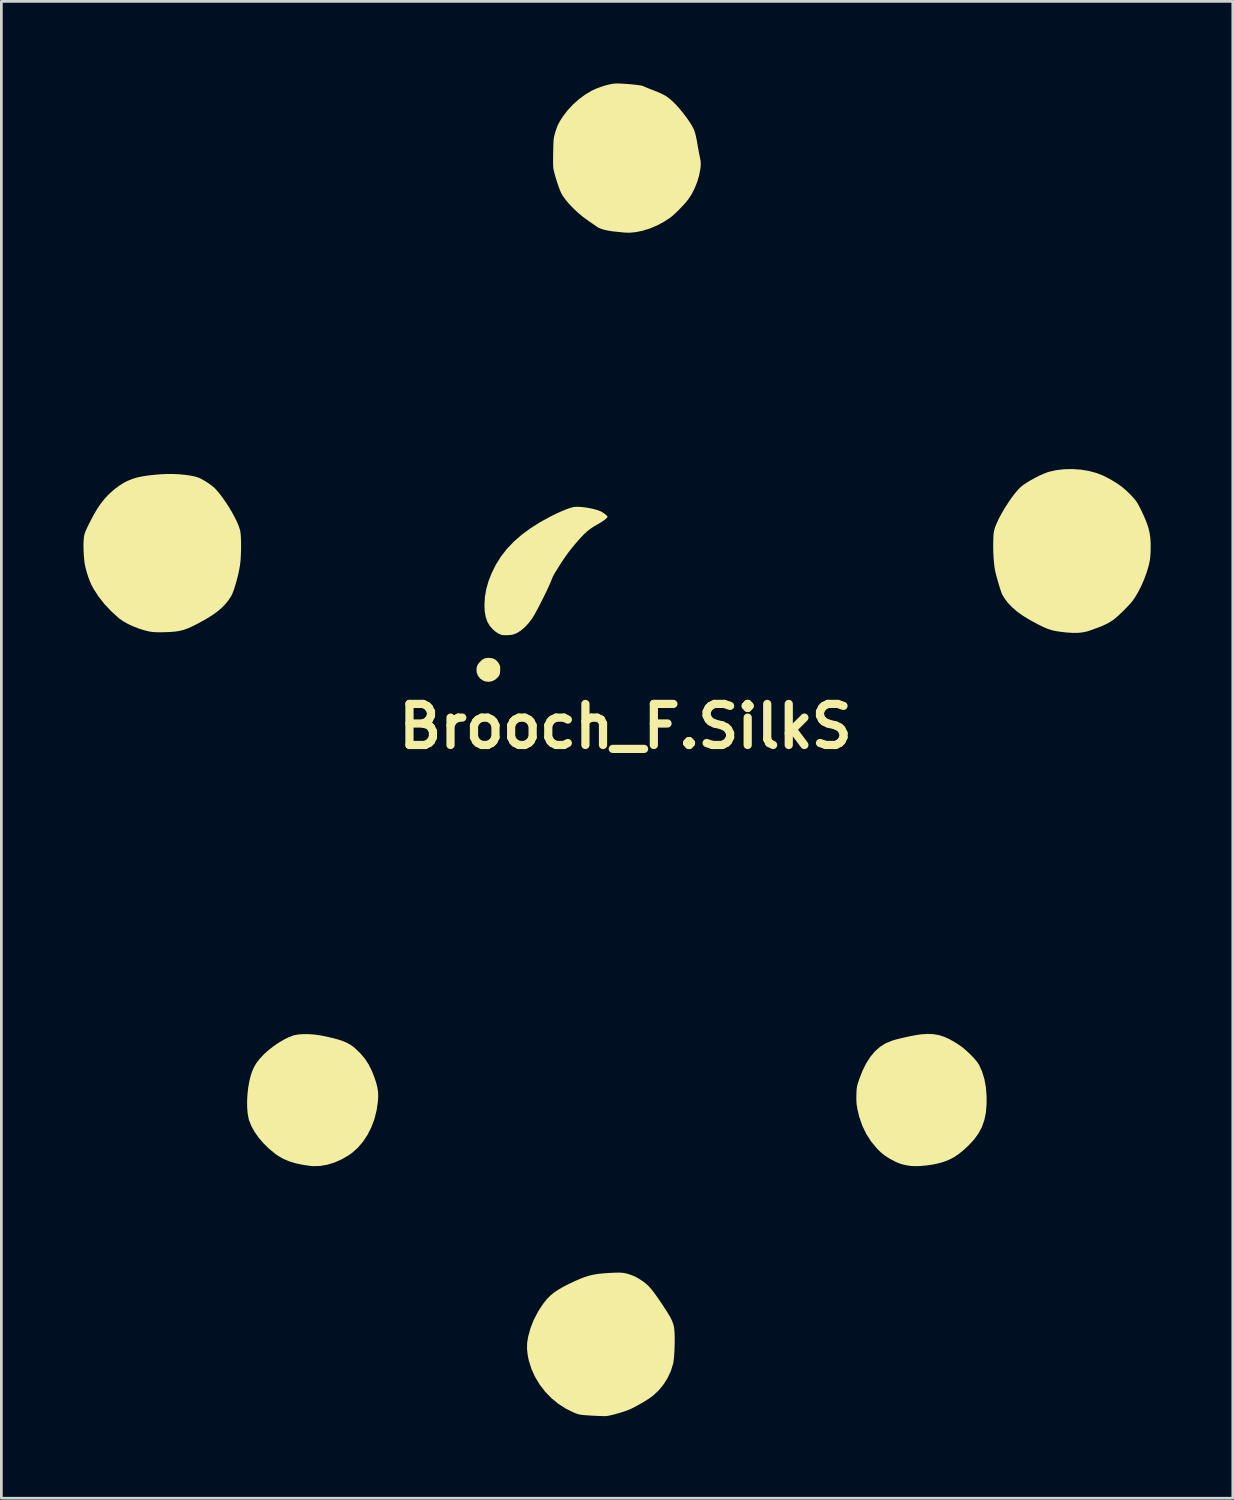
<source format=kicad_pcb>
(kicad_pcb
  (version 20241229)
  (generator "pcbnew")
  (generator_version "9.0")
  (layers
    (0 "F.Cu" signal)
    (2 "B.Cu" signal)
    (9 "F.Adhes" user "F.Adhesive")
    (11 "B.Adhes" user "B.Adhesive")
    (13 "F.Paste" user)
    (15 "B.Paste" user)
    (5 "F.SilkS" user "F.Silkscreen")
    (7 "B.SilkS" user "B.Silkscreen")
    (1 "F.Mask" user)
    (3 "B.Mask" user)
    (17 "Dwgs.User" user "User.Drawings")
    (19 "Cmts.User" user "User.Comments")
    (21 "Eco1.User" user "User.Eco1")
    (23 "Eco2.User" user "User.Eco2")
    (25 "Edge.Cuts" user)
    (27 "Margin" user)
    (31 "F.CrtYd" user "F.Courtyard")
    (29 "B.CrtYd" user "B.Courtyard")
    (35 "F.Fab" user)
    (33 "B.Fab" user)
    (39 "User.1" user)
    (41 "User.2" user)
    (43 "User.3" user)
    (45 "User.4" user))
  (footprint "Brooch_F.SilkS"
    (layer "F.Cu")
    (at 19.803 23.49)
    (property "Reference" "Brooch_F.SilkS" (at 0 0 0) (layer "F.SilkS") (effects (font (size 1.5 1.5) (thickness 0.3))))
    (attr board_only exclude_from_pos_files exclude_from_bom)
    (fp_poly (pts (xy -4.856 -2.489) (xy -4.75 -2.439) (xy -4.664 -2.353) (xy -4.628 -2.298) (xy -4.598 -2.242) (xy -4.582 -2.192) (xy -4.577 -2.131) (xy -4.579 -2.045) (xy -4.586 -1.959) (xy -4.598 -1.899) (xy -4.62 -1.852) (xy -4.652 -1.808) (xy -4.754 -1.712) (xy -4.871 -1.652) (xy -4.997 -1.629) (xy -5.126 -1.645) (xy -5.213 -1.68) (xy -5.316 -1.755) (xy -5.392 -1.854) (xy -5.436 -1.969) (xy -5.444 -2.045) (xy -5.438 -2.146) (xy -5.416 -2.225) (xy -5.369 -2.299) (xy -5.325 -2.352) (xy -5.241 -2.432) (xy -5.159 -2.48) (xy -5.063 -2.502) (xy -4.985 -2.505)) (stroke (width 0) (type solid)) (fill yes) (layer "F.SilkS"))
    (fp_poly (pts (xy -11.56 11.244) (xy -11.355 11.259) (xy -11.151 11.288) (xy -11.09 11.3) (xy -10.844 11.351) (xy -10.636 11.401) (xy -10.459 11.451) (xy -10.309 11.503) (xy -10.18 11.559) (xy -10.067 11.62) (xy -9.966 11.69) (xy -9.888 11.753) (xy -9.688 11.944) (xy -9.522 12.14) (xy -9.385 12.349) (xy -9.27 12.581) (xy -9.251 12.626) (xy -9.168 12.839) (xy -9.106 13.026) (xy -9.065 13.194) (xy -9.041 13.354) (xy -9.035 13.513) (xy -9.043 13.681) (xy -9.045 13.698) (xy -9.094 14.03) (xy -9.174 14.347) (xy -9.285 14.645) (xy -9.425 14.921) (xy -9.59 15.172) (xy -9.781 15.394) (xy -9.994 15.584) (xy -10.093 15.654) (xy -10.351 15.808) (xy -10.617 15.928) (xy -10.885 16.011) (xy -11.15 16.058) (xy -11.408 16.066) (xy -11.524 16.056) (xy -11.814 16.013) (xy -12.068 15.958) (xy -12.293 15.888) (xy -12.495 15.802) (xy -12.68 15.697) (xy -12.792 15.619) (xy -13.017 15.435) (xy -13.221 15.237) (xy -13.4 15.029) (xy -13.55 14.816) (xy -13.669 14.603) (xy -13.752 14.395) (xy -13.769 14.334) (xy -13.804 14.146) (xy -13.823 13.928) (xy -13.825 13.692) (xy -13.812 13.445) (xy -13.785 13.199) (xy -13.743 12.962) (xy -13.689 12.745) (xy -13.641 12.603) (xy -13.571 12.445) (xy -13.486 12.301) (xy -13.378 12.159) (xy -13.242 12.011) (xy -13.2 11.969) (xy -13.04 11.825) (xy -12.863 11.687) (xy -12.678 11.56) (xy -12.493 11.45) (xy -12.314 11.36) (xy -12.15 11.296) (xy -12.085 11.278) (xy -11.936 11.253) (xy -11.758 11.242)) (stroke (width 0) (type solid)) (fill yes) (layer "F.SilkS"))
    (fp_poly (pts (xy 11.251 11.244) (xy 11.446 11.277) (xy 11.639 11.338) (xy 11.838 11.428) (xy 12.05 11.548) (xy 12.182 11.633) (xy 12.3 11.718) (xy 12.425 11.822) (xy 12.551 11.937) (xy 12.67 12.055) (xy 12.776 12.171) (xy 12.86 12.276) (xy 12.917 12.364) (xy 12.918 12.364) (xy 13.032 12.622) (xy 13.116 12.901) (xy 13.17 13.206) (xy 13.194 13.538) (xy 13.192 13.815) (xy 13.167 14.114) (xy 13.11 14.386) (xy 13.021 14.637) (xy 12.896 14.872) (xy 12.734 15.095) (xy 12.532 15.312) (xy 12.516 15.327) (xy 12.34 15.489) (xy 12.18 15.619) (xy 12.026 15.724) (xy 11.871 15.809) (xy 11.708 15.879) (xy 11.596 15.918) (xy 11.418 15.967) (xy 11.218 16.008) (xy 11.009 16.039) (xy 10.802 16.059) (xy 10.608 16.066) (xy 10.439 16.06) (xy 10.403 16.056) (xy 10.221 16.027) (xy 10.064 15.986) (xy 9.911 15.927) (xy 9.825 15.886) (xy 9.633 15.782) (xy 9.47 15.675) (xy 9.324 15.557) (xy 9.197 15.433) (xy 8.98 15.173) (xy 8.798 14.892) (xy 8.651 14.587) (xy 8.538 14.258) (xy 8.472 13.979) (xy 8.452 13.859) (xy 8.439 13.751) (xy 8.434 13.638) (xy 8.435 13.504) (xy 8.436 13.455) (xy 8.44 13.335) (xy 8.446 13.243) (xy 8.457 13.166) (xy 8.474 13.09) (xy 8.501 13.002) (xy 8.535 12.901) (xy 8.657 12.585) (xy 8.794 12.309) (xy 8.947 12.07) (xy 9.116 11.869) (xy 9.301 11.706) (xy 9.505 11.578) (xy 9.726 11.486) (xy 9.731 11.484) (xy 9.873 11.442) (xy 10.042 11.399) (xy 10.224 11.356) (xy 10.409 11.317) (xy 10.584 11.283) (xy 10.739 11.258) (xy 10.826 11.248) (xy 11.047 11.234)) (stroke (width 0) (type solid)) (fill yes) (layer "F.SilkS"))
    (fp_poly (pts (xy -1.602 -8.016) (xy -1.444 -7.997) (xy -1.283 -7.969) (xy -1.13 -7.934) (xy -0.997 -7.894) (xy -0.902 -7.855) (xy -0.824 -7.811) (xy -0.753 -7.761) (xy -0.695 -7.712) (xy -0.662 -7.673) (xy -0.657 -7.658) (xy -0.675 -7.624) (xy -0.726 -7.575) (xy -0.805 -7.516) (xy -0.907 -7.45) (xy -1.017 -7.385) (xy -1.161 -7.302) (xy -1.286 -7.218) (xy -1.4 -7.128) (xy -1.514 -7.023) (xy -1.635 -6.897) (xy -1.741 -6.778) (xy -1.863 -6.636) (xy -1.972 -6.504) (xy -2.072 -6.375) (xy -2.169 -6.243) (xy -2.268 -6.1) (xy -2.373 -5.939) (xy -2.489 -5.755) (xy -2.6 -5.575) (xy -2.632 -5.515) (xy -2.67 -5.433) (xy -2.704 -5.349) (xy -2.743 -5.253) (xy -2.798 -5.129) (xy -2.865 -4.985) (xy -2.941 -4.827) (xy -3.022 -4.663) (xy -3.105 -4.499) (xy -3.185 -4.343) (xy -3.261 -4.202) (xy -3.327 -4.082) (xy -3.381 -3.99) (xy -3.399 -3.962) (xy -3.531 -3.784) (xy -3.674 -3.629) (xy -3.82 -3.504) (xy -3.965 -3.414) (xy -3.974 -3.41) (xy -4.059 -3.373) (xy -4.134 -3.351) (xy -4.219 -3.339) (xy -4.299 -3.334) (xy -4.389 -3.333) (xy -4.469 -3.336) (xy -4.524 -3.342) (xy -4.534 -3.344) (xy -4.652 -3.397) (xy -4.768 -3.476) (xy -4.847 -3.546) (xy -4.963 -3.679) (xy -5.051 -3.833) (xy -5.111 -4.012) (xy -5.144 -4.219) (xy -5.154 -4.428) (xy -5.137 -4.724) (xy -5.088 -5.015) (xy -5.004 -5.31) (xy -4.889 -5.602) (xy -4.733 -5.916) (xy -4.548 -6.21) (xy -4.331 -6.488) (xy -4.082 -6.75) (xy -3.798 -6.998) (xy -3.478 -7.235) (xy -3.12 -7.462) (xy -2.722 -7.679) (xy -2.531 -7.773) (xy -2.35 -7.855) (xy -2.185 -7.924) (xy -2.04 -7.976) (xy -1.922 -8.009) (xy -1.862 -8.02) (xy -1.745 -8.024)) (stroke (width 0) (type solid)) (fill yes) (layer "F.SilkS"))
    (fp_poly (pts (xy -0.156 19.959) (xy -0.066 19.968) (xy 0.015 19.983) (xy 0.093 20.005) (xy 0.129 20.016) (xy 0.237 20.054) (xy 0.323 20.089) (xy 0.401 20.127) (xy 0.483 20.174) (xy 0.58 20.237) (xy 0.64 20.278) (xy 0.717 20.335) (xy 0.791 20.398) (xy 0.867 20.474) (xy 0.946 20.564) (xy 1.033 20.675) (xy 1.132 20.81) (xy 1.245 20.973) (xy 1.367 21.154) (xy 1.48 21.328) (xy 1.571 21.474) (xy 1.642 21.598) (xy 1.696 21.705) (xy 1.734 21.801) (xy 1.76 21.892) (xy 1.778 21.983) (xy 1.784 22.034) (xy 1.793 22.16) (xy 1.798 22.311) (xy 1.798 22.479) (xy 1.794 22.654) (xy 1.787 22.827) (xy 1.777 22.989) (xy 1.764 23.131) (xy 1.748 23.244) (xy 1.741 23.282) (xy 1.659 23.546) (xy 1.542 23.8) (xy 1.393 24.038) (xy 1.218 24.254) (xy 1.019 24.441) (xy 0.905 24.526) (xy 0.779 24.609) (xy 0.634 24.698) (xy 0.482 24.785) (xy 0.335 24.865) (xy 0.206 24.93) (xy 0.155 24.953) (xy 0.052 24.993) (xy -0.074 25.037) (xy -0.212 25.08) (xy -0.353 25.121) (xy -0.486 25.155) (xy -0.603 25.181) (xy -0.692 25.196) (xy -0.71 25.197) (xy -0.771 25.199) (xy -0.865 25.197) (xy -0.984 25.193) (xy -1.117 25.187) (xy -1.257 25.179) (xy -1.26 25.179) (xy -1.406 25.17) (xy -1.517 25.161) (xy -1.602 25.153) (xy -1.669 25.142) (xy -1.726 25.129) (xy -1.781 25.111) (xy -1.842 25.088) (xy -1.873 25.075) (xy -2.171 24.931) (xy -2.448 24.754) (xy -2.703 24.545) (xy -2.932 24.31) (xy -3.132 24.051) (xy -3.301 23.772) (xy -3.436 23.476) (xy -3.533 23.167) (xy -3.569 22.997) (xy -3.597 22.759) (xy -3.594 22.536) (xy -3.56 22.313) (xy -3.558 22.302) (xy -3.47 21.984) (xy -3.352 21.683) (xy -3.199 21.389) (xy -3.105 21.237) (xy -2.989 21.069) (xy -2.873 20.925) (xy -2.751 20.8) (xy -2.615 20.686) (xy -2.458 20.58) (xy -2.274 20.474) (xy -2.066 20.368) (xy -1.847 20.265) (xy -1.657 20.182) (xy -1.485 20.116) (xy -1.325 20.066) (xy -1.167 20.029) (xy -1.003 20.002) (xy -0.824 19.984) (xy -0.739 19.977) (xy -0.547 19.965) (xy -0.39 19.958) (xy -0.262 19.956)) (stroke (width 0) (type solid)) (fill yes) (layer "F.SilkS"))
    (fp_poly (pts (xy -16.519 -9.222) (xy -16.306 -9.212) (xy -16.103 -9.193) (xy -15.915 -9.167) (xy -15.751 -9.134) (xy -15.617 -9.096) (xy -15.546 -9.066) (xy -15.363 -8.965) (xy -15.197 -8.858) (xy -15.059 -8.751) (xy -14.986 -8.682) (xy -14.866 -8.546) (xy -14.742 -8.387) (xy -14.618 -8.211) (xy -14.496 -8.025) (xy -14.383 -7.835) (xy -14.281 -7.648) (xy -14.194 -7.471) (xy -14.127 -7.311) (xy -14.083 -7.174) (xy -14.077 -7.147) (xy -14.064 -7.059) (xy -14.054 -6.936) (xy -14.048 -6.789) (xy -14.046 -6.626) (xy -14.047 -6.454) (xy -14.052 -6.284) (xy -14.06 -6.124) (xy -14.069 -6.017) (xy -14.087 -5.872) (xy -14.117 -5.707) (xy -14.155 -5.532) (xy -14.199 -5.355) (xy -14.248 -5.183) (xy -14.298 -5.025) (xy -14.347 -4.889) (xy -14.394 -4.784) (xy -14.413 -4.75) (xy -14.517 -4.594) (xy -14.636 -4.45) (xy -14.772 -4.314) (xy -14.932 -4.182) (xy -15.118 -4.051) (xy -15.335 -3.917) (xy -15.589 -3.777) (xy -15.669 -3.735) (xy -15.847 -3.646) (xy -16.004 -3.577) (xy -16.15 -3.526) (xy -16.296 -3.489) (xy -16.451 -3.465) (xy -16.628 -3.45) (xy -16.835 -3.442) (xy -16.842 -3.442) (xy -17.012 -3.439) (xy -17.149 -3.441) (xy -17.26 -3.448) (xy -17.354 -3.46) (xy -17.38 -3.464) (xy -17.582 -3.512) (xy -17.791 -3.579) (xy -17.998 -3.66) (xy -18.191 -3.751) (xy -18.362 -3.848) (xy -18.501 -3.947) (xy -18.506 -3.951) (xy -18.787 -4.205) (xy -19.038 -4.472) (xy -19.256 -4.749) (xy -19.437 -5.031) (xy -19.509 -5.165) (xy -19.57 -5.302) (xy -19.631 -5.466) (xy -19.686 -5.641) (xy -19.731 -5.811) (xy -19.754 -5.921) (xy -19.775 -6.071) (xy -19.79 -6.245) (xy -19.8 -6.429) (xy -19.803 -6.609) (xy -19.799 -6.771) (xy -19.79 -6.874) (xy -19.782 -6.942) (xy -19.771 -7) (xy -19.756 -7.057) (xy -19.733 -7.12) (xy -19.7 -7.196) (xy -19.654 -7.294) (xy -19.592 -7.42) (xy -19.577 -7.449) (xy -19.439 -7.713) (xy -19.305 -7.943) (xy -19.17 -8.142) (xy -19.031 -8.318) (xy -18.883 -8.477) (xy -18.72 -8.623) (xy -18.644 -8.686) (xy -18.49 -8.8) (xy -18.338 -8.896) (xy -18.182 -8.976) (xy -18.018 -9.042) (xy -17.838 -9.096) (xy -17.637 -9.138) (xy -17.409 -9.172) (xy -17.15 -9.199) (xy -16.943 -9.215) (xy -16.733 -9.223)) (stroke (width 0) (type solid)) (fill yes) (layer "F.SilkS"))
    (fp_poly (pts (xy 16.62 -9.383) (xy 16.913 -9.337) (xy 17.191 -9.264) (xy 17.445 -9.167) (xy 17.5 -9.14) (xy 17.737 -9.015) (xy 17.94 -8.892) (xy 18.12 -8.766) (xy 18.284 -8.629) (xy 18.442 -8.477) (xy 18.481 -8.435) (xy 18.559 -8.351) (xy 18.619 -8.28) (xy 18.669 -8.213) (xy 18.715 -8.14) (xy 18.763 -8.052) (xy 18.821 -7.938) (xy 18.842 -7.896) (xy 18.952 -7.661) (xy 19.039 -7.451) (xy 19.104 -7.257) (xy 19.149 -7.069) (xy 19.176 -6.88) (xy 19.188 -6.679) (xy 19.187 -6.459) (xy 19.187 -6.451) (xy 19.181 -6.305) (xy 19.173 -6.188) (xy 19.16 -6.088) (xy 19.142 -5.991) (xy 19.117 -5.885) (xy 19.112 -5.865) (xy 19.042 -5.627) (xy 18.953 -5.384) (xy 18.85 -5.146) (xy 18.738 -4.922) (xy 18.621 -4.724) (xy 18.535 -4.599) (xy 18.46 -4.507) (xy 18.361 -4.398) (xy 18.247 -4.28) (xy 18.127 -4.161) (xy 18.01 -4.051) (xy 17.904 -3.958) (xy 17.837 -3.904) (xy 17.646 -3.781) (xy 17.429 -3.675) (xy 17.329 -3.635) (xy 17.239 -3.602) (xy 17.132 -3.563) (xy 17.029 -3.524) (xy 17.02 -3.521) (xy 16.862 -3.469) (xy 16.702 -3.436) (xy 16.532 -3.418) (xy 16.342 -3.417) (xy 16.124 -3.431) (xy 16.026 -3.441) (xy 15.846 -3.464) (xy 15.695 -3.488) (xy 15.563 -3.52) (xy 15.436 -3.561) (xy 15.302 -3.616) (xy 15.149 -3.689) (xy 15.087 -3.72) (xy 14.791 -3.879) (xy 14.533 -4.035) (xy 14.312 -4.192) (xy 14.125 -4.352) (xy 13.969 -4.516) (xy 13.842 -4.687) (xy 13.759 -4.83) (xy 13.738 -4.879) (xy 13.71 -4.961) (xy 13.676 -5.066) (xy 13.639 -5.187) (xy 13.601 -5.315) (xy 13.566 -5.441) (xy 13.535 -5.557) (xy 13.511 -5.655) (xy 13.506 -5.677) (xy 13.483 -5.81) (xy 13.464 -5.975) (xy 13.449 -6.162) (xy 13.438 -6.36) (xy 13.434 -6.558) (xy 13.435 -6.747) (xy 13.436 -6.763) (xy 13.44 -6.899) (xy 13.446 -7.002) (xy 13.455 -7.083) (xy 13.467 -7.152) (xy 13.484 -7.217) (xy 13.503 -7.277) (xy 13.565 -7.432) (xy 13.648 -7.608) (xy 13.75 -7.796) (xy 13.864 -7.99) (xy 13.986 -8.18) (xy 14.111 -8.36) (xy 14.234 -8.522) (xy 14.35 -8.658) (xy 14.434 -8.742) (xy 14.529 -8.819) (xy 14.655 -8.904) (xy 14.802 -8.993) (xy 14.961 -9.081) (xy 15.122 -9.162) (xy 15.276 -9.231) (xy 15.413 -9.284) (xy 15.455 -9.298) (xy 15.728 -9.361) (xy 16.019 -9.396) (xy 16.319 -9.403)) (stroke (width 0) (type solid)) (fill yes) (layer "F.SilkS"))
    (fp_poly (pts (xy -0.183 -23.487) (xy -0.055 -23.48) (xy 0.083 -23.471) (xy 0.221 -23.459) (xy 0.352 -23.445) (xy 0.468 -23.43) (xy 0.561 -23.416) (xy 0.624 -23.401) (xy 0.641 -23.395) (xy 0.682 -23.377) (xy 0.753 -23.347) (xy 0.846 -23.309) (xy 0.953 -23.266) (xy 1.001 -23.248) (xy 1.163 -23.184) (xy 1.292 -23.128) (xy 1.398 -23.076) (xy 1.487 -23.024) (xy 1.569 -22.967) (xy 1.651 -22.899) (xy 1.716 -22.841) (xy 1.841 -22.718) (xy 1.971 -22.573) (xy 2.1 -22.416) (xy 2.223 -22.254) (xy 2.334 -22.095) (xy 2.427 -21.946) (xy 2.495 -21.816) (xy 2.512 -21.777) (xy 2.535 -21.707) (xy 2.562 -21.608) (xy 2.588 -21.49) (xy 2.612 -21.367) (xy 2.617 -21.336) (xy 2.64 -21.202) (xy 2.666 -21.06) (xy 2.691 -20.927) (xy 2.713 -20.817) (xy 2.715 -20.807) (xy 2.736 -20.702) (xy 2.748 -20.622) (xy 2.751 -20.55) (xy 2.746 -20.469) (xy 2.736 -20.376) (xy 2.694 -20.144) (xy 2.623 -19.902) (xy 2.528 -19.664) (xy 2.415 -19.442) (xy 2.294 -19.258) (xy 2.217 -19.161) (xy 2.119 -19.05) (xy 2.008 -18.933) (xy 1.893 -18.817) (xy 1.782 -18.712) (xy 1.684 -18.627) (xy 1.631 -18.585) (xy 1.398 -18.433) (xy 1.15 -18.301) (xy 0.895 -18.194) (xy 0.638 -18.113) (xy 0.387 -18.06) (xy 0.149 -18.037) (xy -0.021 -18.042) (xy -0.206 -18.06) (xy -0.356 -18.075) (xy -0.477 -18.089) (xy -0.576 -18.104) (xy -0.66 -18.119) (xy -0.736 -18.136) (xy -0.77 -18.144) (xy -0.862 -18.171) (xy -0.946 -18.202) (xy -1.006 -18.23) (xy -1.02 -18.239) (xy -1.059 -18.267) (xy -1.126 -18.313) (xy -1.211 -18.372) (xy -1.308 -18.438) (xy -1.351 -18.468) (xy -1.542 -18.607) (xy -1.728 -18.761) (xy -1.902 -18.923) (xy -2.06 -19.088) (xy -2.194 -19.249) (xy -2.301 -19.4) (xy -2.351 -19.489) (xy -2.39 -19.578) (xy -2.435 -19.697) (xy -2.484 -19.837) (xy -2.532 -19.987) (xy -2.576 -20.137) (xy -2.607 -20.252) (xy -2.621 -20.312) (xy -2.632 -20.368) (xy -2.639 -20.427) (xy -2.644 -20.495) (xy -2.646 -20.581) (xy -2.646 -20.689) (xy -2.645 -20.829) (xy -2.643 -20.951) (xy -2.639 -21.116) (xy -2.636 -21.246) (xy -2.632 -21.347) (xy -2.626 -21.428) (xy -2.618 -21.494) (xy -2.607 -21.554) (xy -2.592 -21.613) (xy -2.577 -21.67) (xy -2.537 -21.801) (xy -2.499 -21.909) (xy -2.455 -22.007) (xy -2.4 -22.107) (xy -2.329 -22.222) (xy -2.294 -22.274) (xy -2.128 -22.496) (xy -1.931 -22.709) (xy -1.711 -22.907) (xy -1.478 -23.081) (xy -1.241 -23.223) (xy -1.21 -23.238) (xy -1.064 -23.304) (xy -0.902 -23.365) (xy -0.736 -23.418) (xy -0.577 -23.458) (xy -0.438 -23.483) (xy -0.381 -23.488) (xy -0.294 -23.49)) (stroke (width 0) (type solid)) (fill yes) (layer "F.SilkS")))
  (gr_rect
    (start -3 -3)
    (end 41.991 51.688)
    (stroke (width 0.1) (type default))
    (fill no)
    (layer "Edge.Cuts")))
</source>
